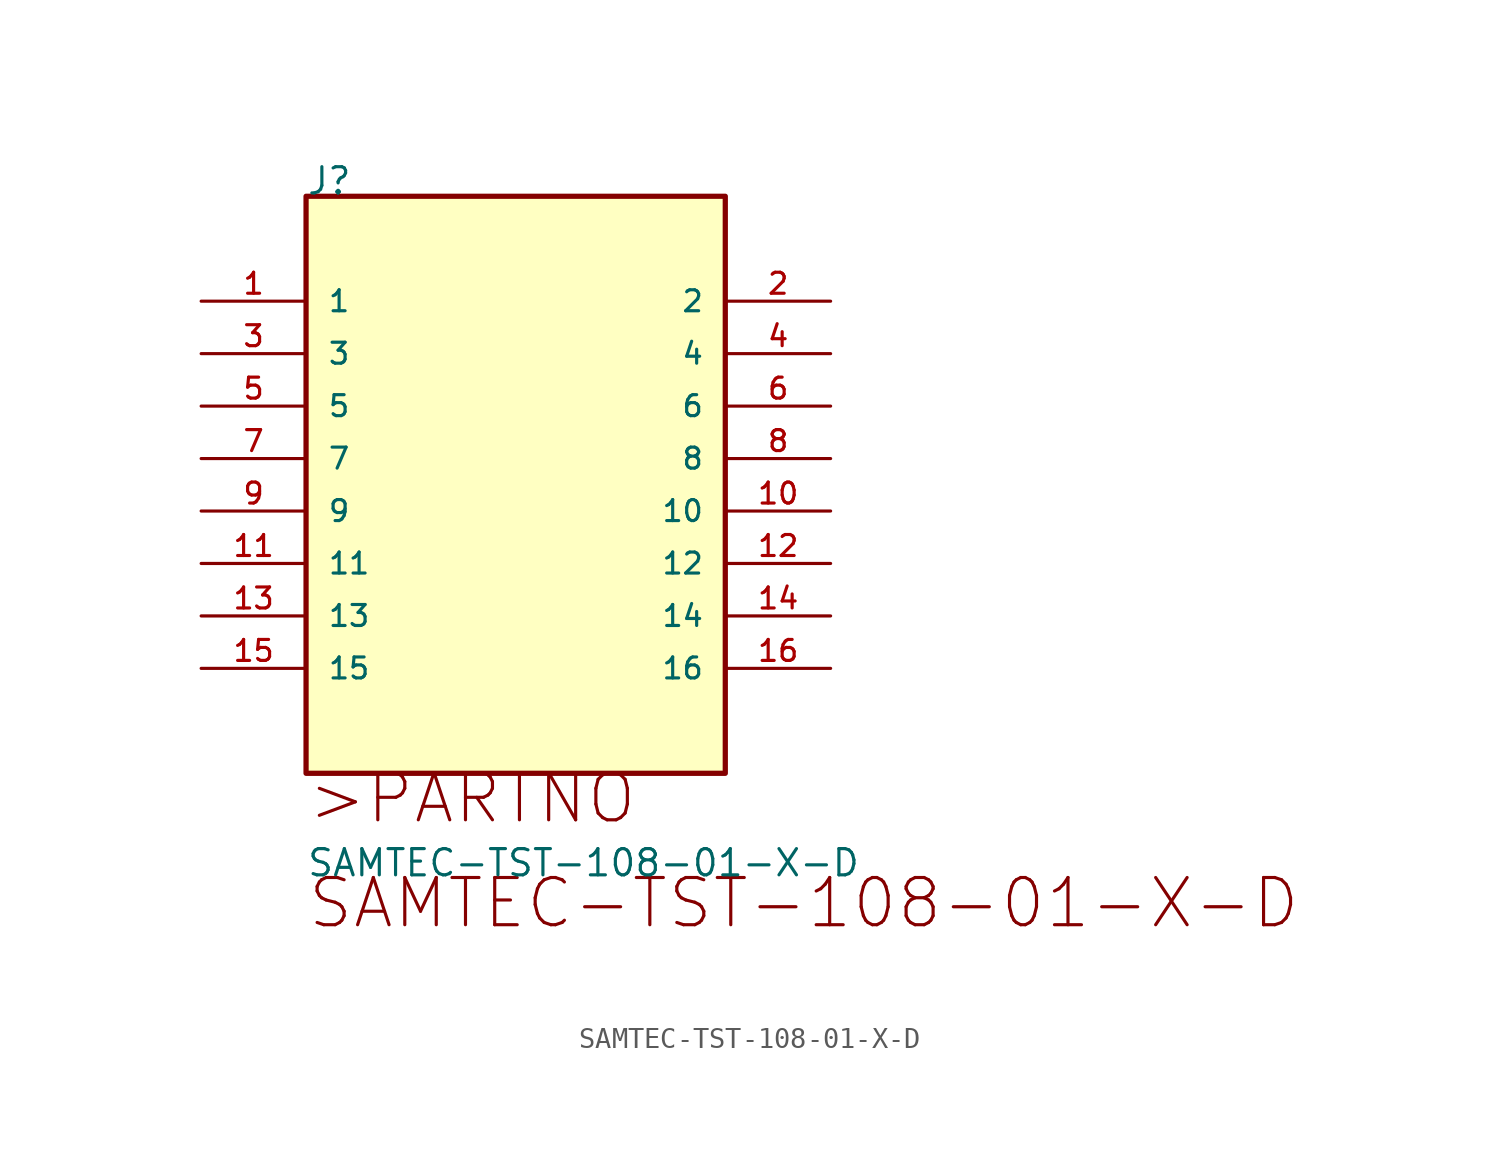
<source format=kicad_sym>
(kicad_symbol_lib
  (version 20211014)
  (generator kicad_symbol_editor)
  (symbol "SAMTEC-TST-108-01-X-D"
    (pin_names
      (offset 1.016))
    (property "Reference" "J"
      (at 0.0 5.08 0)
      (effects (font (size 1.27 1.27)) (justify bottom left)))
    (property "Value" "SAMTEC-TST-108-01-X-D"
      (at 0.0 -27.94 0)
      (effects (font (size 1.27 1.27)) (justify bottom left)))
    (symbol "SAMTEC-TST-108-01-X-D_0_0"
      (text ">PARTNO" (at 0.0 -25.4 0) (effects (font (size 2.286 2.286)) (justify bottom left)))
      (text "SAMTEC-TST-108-01-X-D" (at 0.0 -30.48 0) (effects (font (size 2.286 2.286)) (justify bottom left)))
      (rectangle (start 1.7763568394e-15 -22.86) (end 20.3 5.08) (stroke (width 0.254)) (fill (type background)))
      (pin passive line (at -5.08 -0.0 0) (length 5.08) (name "1" (effects (font (size 1.016 1.016)))) (number "1" (effects (font (size 1.016 1.016)))))
      (pin passive line (at 25.4 -0.0 180.0) (length 5.08) (name "2" (effects (font (size 1.016 1.016)))) (number "2" (effects (font (size 1.016 1.016)))))
      (pin passive line (at -5.08 -2.54 0) (length 5.08) (name "3" (effects (font (size 1.016 1.016)))) (number "3" (effects (font (size 1.016 1.016)))))
      (pin passive line (at 25.4 -2.54 180.0) (length 5.08) (name "4" (effects (font (size 1.016 1.016)))) (number "4" (effects (font (size 1.016 1.016)))))
      (pin passive line (at -5.08 -5.08 0) (length 5.08) (name "5" (effects (font (size 1.016 1.016)))) (number "5" (effects (font (size 1.016 1.016)))))
      (pin passive line (at 25.4 -5.08 180.0) (length 5.08) (name "6" (effects (font (size 1.016 1.016)))) (number "6" (effects (font (size 1.016 1.016)))))
      (pin passive line (at -5.08 -7.62 0) (length 5.08) (name "7" (effects (font (size 1.016 1.016)))) (number "7" (effects (font (size 1.016 1.016)))))
      (pin passive line (at 25.4 -7.62 180.0) (length 5.08) (name "8" (effects (font (size 1.016 1.016)))) (number "8" (effects (font (size 1.016 1.016)))))
      (pin passive line (at -5.08 -10.16 0) (length 5.08) (name "9" (effects (font (size 1.016 1.016)))) (number "9" (effects (font (size 1.016 1.016)))))
      (pin passive line (at 25.4 -10.16 180.0) (length 5.08) (name "10" (effects (font (size 1.016 1.016)))) (number "10" (effects (font (size 1.016 1.016)))))
      (pin passive line (at -5.08 -12.7 0) (length 5.08) (name "11" (effects (font (size 1.016 1.016)))) (number "11" (effects (font (size 1.016 1.016)))))
      (pin passive line (at 25.4 -12.7 180.0) (length 5.08) (name "12" (effects (font (size 1.016 1.016)))) (number "12" (effects (font (size 1.016 1.016)))))
      (pin passive line (at -5.08 -15.24 0) (length 5.08) (name "13" (effects (font (size 1.016 1.016)))) (number "13" (effects (font (size 1.016 1.016)))))
      (pin passive line (at 25.4 -15.24 180.0) (length 5.08) (name "14" (effects (font (size 1.016 1.016)))) (number "14" (effects (font (size 1.016 1.016)))))
      (pin passive line (at -5.08 -17.78 0) (length 5.08) (name "15" (effects (font (size 1.016 1.016)))) (number "15" (effects (font (size 1.016 1.016)))))
      (pin passive line (at 25.4 -17.78 180.0) (length 5.08) (name "16" (effects (font (size 1.016 1.016)))) (number "16" (effects (font (size 1.016 1.016))))))))
</source>
